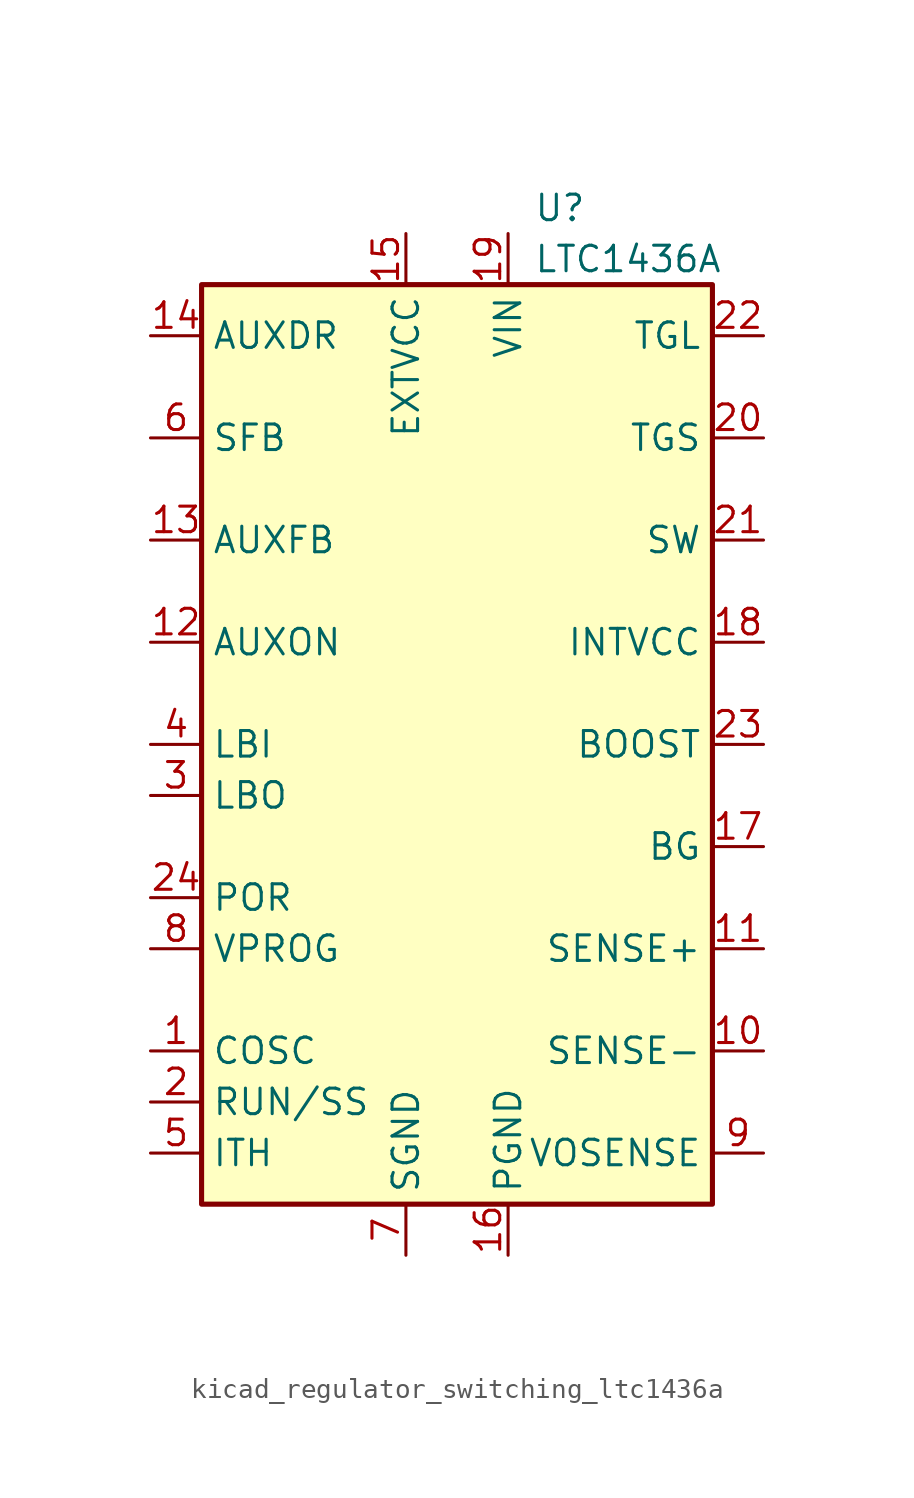
<source format=kicad_sym>
(kicad_symbol_lib
  (version 20220914)
  (generator kicad_symbol_editor)
  (symbol "kicad_regulator_switching_ltc1436a"
    (property "Reference" "U"
      (at 3.81 26.67 0)
      (effects (font (size 1.27 1.27)) (justify left)))
    (property "Value" "LTC1436A"
      (at 3.81 24.13 0)
      (effects (font (size 1.27 1.27)) (justify left)))
    (symbol "kicad_regulator_switching_ltc1436a_0_1"
      (rectangle (start -12.7 -22.86) (end 12.7 22.86) (stroke (width 0.254) (type default)) (fill (type background))))
    (symbol "kicad_regulator_switching_ltc1436a_1_1"
      (pin passive line (at -15.24 -15.24 0) (length 2.54) (name "COSC" (effects (font (size 1.27 1.27)))) (number "1" (effects (font (size 1.27 1.27)))))
      (pin input line (at 15.24 -15.24 180) (length 2.54) (name "SENSE-" (effects (font (size 1.27 1.27)))) (number "10" (effects (font (size 1.27 1.27)))))
      (pin input line (at 15.24 -10.16 180) (length 2.54) (name "SENSE+" (effects (font (size 1.27 1.27)))) (number "11" (effects (font (size 1.27 1.27)))))
      (pin input line (at -15.24 5.08 0) (length 2.54) (name "AUXON" (effects (font (size 1.27 1.27)))) (number "12" (effects (font (size 1.27 1.27)))))
      (pin input line (at -15.24 10.16 0) (length 2.54) (name "AUXFB" (effects (font (size 1.27 1.27)))) (number "13" (effects (font (size 1.27 1.27)))))
      (pin open_collector line (at -15.24 20.32 0) (length 2.54) (name "AUXDR" (effects (font (size 1.27 1.27)))) (number "14" (effects (font (size 1.27 1.27)))))
      (pin power_in line (at -2.54 25.4 270) (length 2.54) (name "EXTVCC" (effects (font (size 1.27 1.27)))) (number "15" (effects (font (size 1.27 1.27)))))
      (pin power_in line (at 2.54 -25.4 90) (length 2.54) (name "PGND" (effects (font (size 1.27 1.27)))) (number "16" (effects (font (size 1.27 1.27)))))
      (pin output line (at 15.24 -5.08 180) (length 2.54) (name "BG" (effects (font (size 1.27 1.27)))) (number "17" (effects (font (size 1.27 1.27)))))
      (pin power_in line (at 15.24 5.08 180) (length 2.54) (name "INTVCC" (effects (font (size 1.27 1.27)))) (number "18" (effects (font (size 1.27 1.27)))))
      (pin power_in line (at 2.54 25.4 270) (length 2.54) (name "VIN" (effects (font (size 1.27 1.27)))) (number "19" (effects (font (size 1.27 1.27)))))
      (pin passive line (at -15.24 -17.78 0) (length 2.54) (name "RUN/SS" (effects (font (size 1.27 1.27)))) (number "2" (effects (font (size 1.27 1.27)))))
      (pin output line (at 15.24 15.24 180) (length 2.54) (name "TGS" (effects (font (size 1.27 1.27)))) (number "20" (effects (font (size 1.27 1.27)))))
      (pin passive line (at 15.24 10.16 180) (length 2.54) (name "SW" (effects (font (size 1.27 1.27)))) (number "21" (effects (font (size 1.27 1.27)))))
      (pin output line (at 15.24 20.32 180) (length 2.54) (name "TGL" (effects (font (size 1.27 1.27)))) (number "22" (effects (font (size 1.27 1.27)))))
      (pin passive line (at 15.24 0 180) (length 2.54) (name "BOOST" (effects (font (size 1.27 1.27)))) (number "23" (effects (font (size 1.27 1.27)))))
      (pin open_collector line (at -15.24 -7.62 0) (length 2.54) (name "POR" (effects (font (size 1.27 1.27)))) (number "24" (effects (font (size 1.27 1.27)))))
      (pin open_collector line (at -15.24 -2.54 0) (length 2.54) (name "LBO" (effects (font (size 1.27 1.27)))) (number "3" (effects (font (size 1.27 1.27)))))
      (pin input line (at -15.24 0 0) (length 2.54) (name "LBI" (effects (font (size 1.27 1.27)))) (number "4" (effects (font (size 1.27 1.27)))))
      (pin passive line (at -15.24 -20.32 0) (length 2.54) (name "ITH" (effects (font (size 1.27 1.27)))) (number "5" (effects (font (size 1.27 1.27)))))
      (pin passive line (at -15.24 15.24 0) (length 2.54) (name "SFB" (effects (font (size 1.27 1.27)))) (number "6" (effects (font (size 1.27 1.27)))))
      (pin power_in line (at -2.54 -25.4 90) (length 2.54) (name "SGND" (effects (font (size 1.27 1.27)))) (number "7" (effects (font (size 1.27 1.27)))))
      (pin input line (at -15.24 -10.16 0) (length 2.54) (name "VPROG" (effects (font (size 1.27 1.27)))) (number "8" (effects (font (size 1.27 1.27)))))
      (pin input line (at 15.24 -20.32 180) (length 2.54) (name "VOSENSE" (effects (font (size 1.27 1.27)))) (number "9" (effects (font (size 1.27 1.27))))))))
</source>
